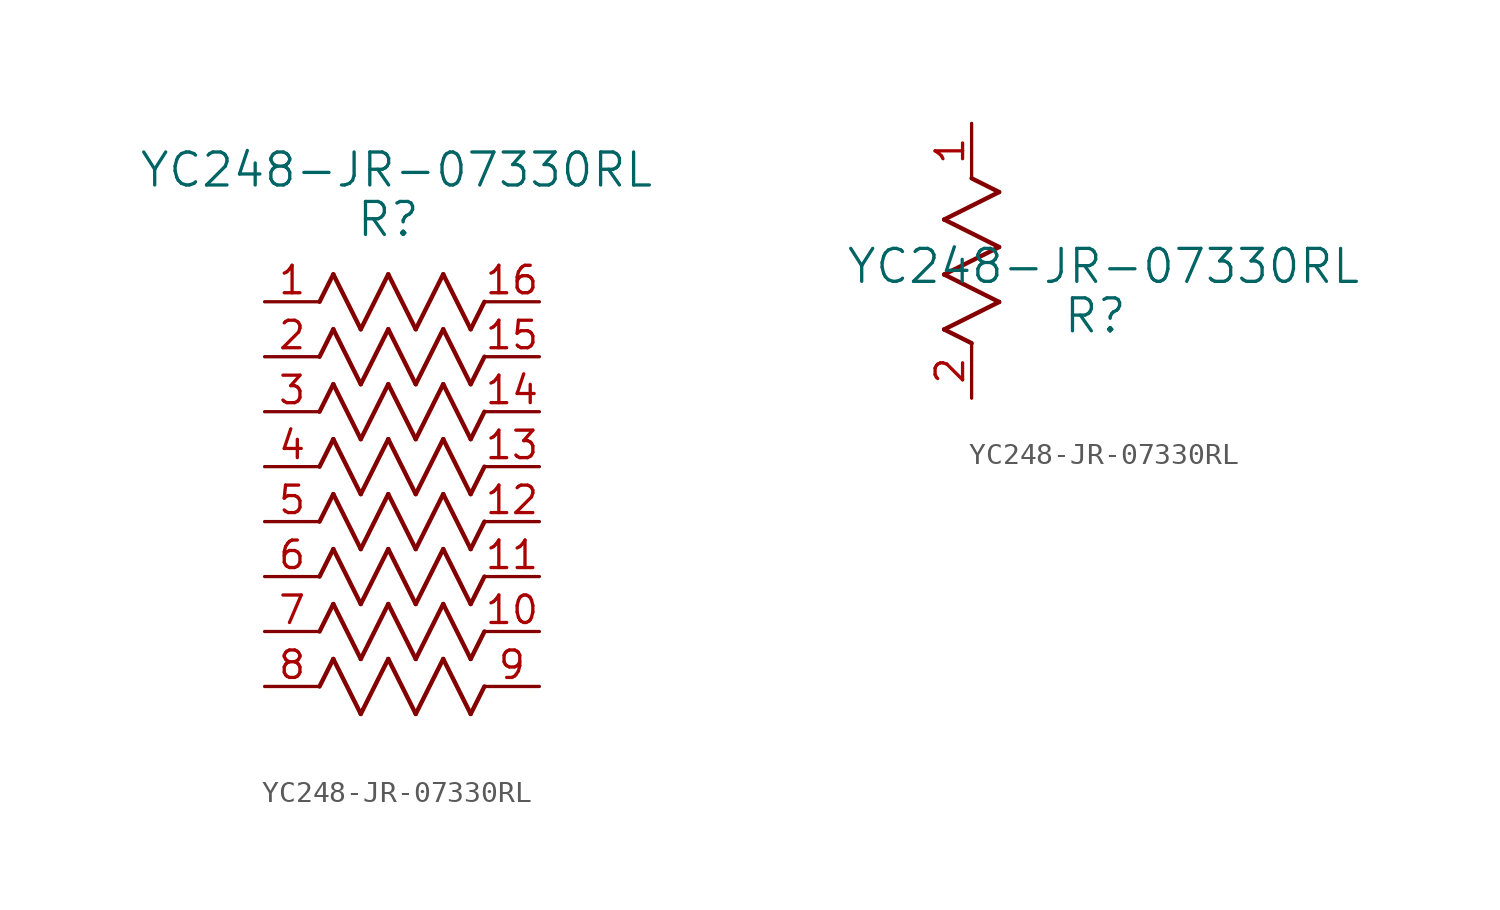
<source format=kicad_sym>
(kicad_symbol_lib
  (version 20231120)
  (generator "kicad_symbol_editor")
  (generator_version "8.0")
  (symbol "YC248-JR-07330RL"
    (pin_names
      (offset 0.254))
    (property "Reference" "R"
      (at 5.715 3.81 0)
      (effects (font (size 1.524 1.524))))
    (property "Value" "YC248-JR-07330RL"
      (at 6.096 6.096 0)
      (effects (font (size 1.524 1.524))))
    (property "ki_locked" ""
      (at 0 0 0)
      (effects (font (size 1.27 1.27))))
    (symbol "YC248-JR-07330RL_1_1"
      (polyline (pts (xy 2.54 -17.78) (xy 3.175 -16.51)) (stroke (width 0.203) (type default)) (fill (type none)))
      (polyline (pts (xy 2.54 -15.24) (xy 3.175 -13.97)) (stroke (width 0.203) (type default)) (fill (type none)))
      (polyline (pts (xy 2.54 -12.7) (xy 3.175 -11.43)) (stroke (width 0.203) (type default)) (fill (type none)))
      (polyline (pts (xy 2.54 -10.16) (xy 3.175 -8.89)) (stroke (width 0.203) (type default)) (fill (type none)))
      (polyline (pts (xy 2.54 -7.62) (xy 3.175 -6.35)) (stroke (width 0.203) (type default)) (fill (type none)))
      (polyline (pts (xy 2.54 -5.08) (xy 3.175 -3.81)) (stroke (width 0.203) (type default)) (fill (type none)))
      (polyline (pts (xy 2.54 -2.54) (xy 3.175 -1.27)) (stroke (width 0.203) (type default)) (fill (type none)))
      (polyline (pts (xy 2.54 0) (xy 3.175 1.27)) (stroke (width 0.203) (type default)) (fill (type none)))
      (polyline (pts (xy 3.175 -16.51) (xy 4.445 -19.05)) (stroke (width 0.203) (type default)) (fill (type none)))
      (polyline (pts (xy 3.175 -13.97) (xy 4.445 -16.51)) (stroke (width 0.203) (type default)) (fill (type none)))
      (polyline (pts (xy 3.175 -11.43) (xy 4.445 -13.97)) (stroke (width 0.203) (type default)) (fill (type none)))
      (polyline (pts (xy 3.175 -8.89) (xy 4.445 -11.43)) (stroke (width 0.203) (type default)) (fill (type none)))
      (polyline (pts (xy 3.175 -6.35) (xy 4.445 -8.89)) (stroke (width 0.203) (type default)) (fill (type none)))
      (polyline (pts (xy 3.175 -3.81) (xy 4.445 -6.35)) (stroke (width 0.203) (type default)) (fill (type none)))
      (polyline (pts (xy 3.175 -1.27) (xy 4.445 -3.81)) (stroke (width 0.203) (type default)) (fill (type none)))
      (polyline (pts (xy 3.175 1.27) (xy 4.445 -1.27)) (stroke (width 0.203) (type default)) (fill (type none)))
      (polyline (pts (xy 4.445 -19.05) (xy 5.715 -16.51)) (stroke (width 0.203) (type default)) (fill (type none)))
      (polyline (pts (xy 4.445 -16.51) (xy 5.715 -13.97)) (stroke (width 0.203) (type default)) (fill (type none)))
      (polyline (pts (xy 4.445 -13.97) (xy 5.715 -11.43)) (stroke (width 0.203) (type default)) (fill (type none)))
      (polyline (pts (xy 4.445 -11.43) (xy 5.715 -8.89)) (stroke (width 0.203) (type default)) (fill (type none)))
      (polyline (pts (xy 4.445 -8.89) (xy 5.715 -6.35)) (stroke (width 0.203) (type default)) (fill (type none)))
      (polyline (pts (xy 4.445 -6.35) (xy 5.715 -3.81)) (stroke (width 0.203) (type default)) (fill (type none)))
      (polyline (pts (xy 4.445 -3.81) (xy 5.715 -1.27)) (stroke (width 0.203) (type default)) (fill (type none)))
      (polyline (pts (xy 4.445 -1.27) (xy 5.715 1.27)) (stroke (width 0.203) (type default)) (fill (type none)))
      (polyline (pts (xy 5.715 -16.51) (xy 6.985 -19.05)) (stroke (width 0.203) (type default)) (fill (type none)))
      (polyline (pts (xy 5.715 -13.97) (xy 6.985 -16.51)) (stroke (width 0.203) (type default)) (fill (type none)))
      (polyline (pts (xy 5.715 -11.43) (xy 6.985 -13.97)) (stroke (width 0.203) (type default)) (fill (type none)))
      (polyline (pts (xy 5.715 -8.89) (xy 6.985 -11.43)) (stroke (width 0.203) (type default)) (fill (type none)))
      (polyline (pts (xy 5.715 -6.35) (xy 6.985 -8.89)) (stroke (width 0.203) (type default)) (fill (type none)))
      (polyline (pts (xy 5.715 -3.81) (xy 6.985 -6.35)) (stroke (width 0.203) (type default)) (fill (type none)))
      (polyline (pts (xy 5.715 -1.27) (xy 6.985 -3.81)) (stroke (width 0.203) (type default)) (fill (type none)))
      (polyline (pts (xy 5.715 1.27) (xy 6.985 -1.27)) (stroke (width 0.203) (type default)) (fill (type none)))
      (polyline (pts (xy 6.985 -19.05) (xy 8.255 -16.51)) (stroke (width 0.203) (type default)) (fill (type none)))
      (polyline (pts (xy 6.985 -16.51) (xy 8.255 -13.97)) (stroke (width 0.203) (type default)) (fill (type none)))
      (polyline (pts (xy 6.985 -13.97) (xy 8.255 -11.43)) (stroke (width 0.203) (type default)) (fill (type none)))
      (polyline (pts (xy 6.985 -11.43) (xy 8.255 -8.89)) (stroke (width 0.203) (type default)) (fill (type none)))
      (polyline (pts (xy 6.985 -8.89) (xy 8.255 -6.35)) (stroke (width 0.203) (type default)) (fill (type none)))
      (polyline (pts (xy 6.985 -6.35) (xy 8.255 -3.81)) (stroke (width 0.203) (type default)) (fill (type none)))
      (polyline (pts (xy 6.985 -3.81) (xy 8.255 -1.27)) (stroke (width 0.203) (type default)) (fill (type none)))
      (polyline (pts (xy 6.985 -1.27) (xy 8.255 1.27)) (stroke (width 0.203) (type default)) (fill (type none)))
      (polyline (pts (xy 8.255 -16.51) (xy 9.525 -19.05)) (stroke (width 0.203) (type default)) (fill (type none)))
      (polyline (pts (xy 8.255 -13.97) (xy 9.525 -16.51)) (stroke (width 0.203) (type default)) (fill (type none)))
      (polyline (pts (xy 8.255 -11.43) (xy 9.525 -13.97)) (stroke (width 0.203) (type default)) (fill (type none)))
      (polyline (pts (xy 8.255 -8.89) (xy 9.525 -11.43)) (stroke (width 0.203) (type default)) (fill (type none)))
      (polyline (pts (xy 8.255 -6.35) (xy 9.525 -8.89)) (stroke (width 0.203) (type default)) (fill (type none)))
      (polyline (pts (xy 8.255 -3.81) (xy 9.525 -6.35)) (stroke (width 0.203) (type default)) (fill (type none)))
      (polyline (pts (xy 8.255 -1.27) (xy 9.525 -3.81)) (stroke (width 0.203) (type default)) (fill (type none)))
      (polyline (pts (xy 8.255 1.27) (xy 9.525 -1.27)) (stroke (width 0.203) (type default)) (fill (type none)))
      (polyline (pts (xy 9.525 -19.05) (xy 10.16 -17.78)) (stroke (width 0.203) (type default)) (fill (type none)))
      (polyline (pts (xy 9.525 -16.51) (xy 10.16 -15.24)) (stroke (width 0.203) (type default)) (fill (type none)))
      (polyline (pts (xy 9.525 -13.97) (xy 10.16 -12.7)) (stroke (width 0.203) (type default)) (fill (type none)))
      (polyline (pts (xy 9.525 -11.43) (xy 10.16 -10.16)) (stroke (width 0.203) (type default)) (fill (type none)))
      (polyline (pts (xy 9.525 -8.89) (xy 10.16 -7.62)) (stroke (width 0.203) (type default)) (fill (type none)))
      (polyline (pts (xy 9.525 -6.35) (xy 10.16 -5.08)) (stroke (width 0.203) (type default)) (fill (type none)))
      (polyline (pts (xy 9.525 -3.81) (xy 10.16 -2.54)) (stroke (width 0.203) (type default)) (fill (type none)))
      (polyline (pts (xy 9.525 -1.27) (xy 10.16 0)) (stroke (width 0.203) (type default)) (fill (type none)))
      (pin unspecified line (at 0 0 0) (length 2.54) (name "" (effects (font (size 1.27 1.27)))) (number "1" (effects (font (size 1.27 1.27)))))
      (pin unspecified line (at 12.7 -15.24 180) (length 2.54) (name "" (effects (font (size 1.27 1.27)))) (number "10" (effects (font (size 1.27 1.27)))))
      (pin unspecified line (at 12.7 -12.7 180) (length 2.54) (name "" (effects (font (size 1.27 1.27)))) (number "11" (effects (font (size 1.27 1.27)))))
      (pin unspecified line (at 12.7 -10.16 180) (length 2.54) (name "" (effects (font (size 1.27 1.27)))) (number "12" (effects (font (size 1.27 1.27)))))
      (pin unspecified line (at 12.7 -7.62 180) (length 2.54) (name "" (effects (font (size 1.27 1.27)))) (number "13" (effects (font (size 1.27 1.27)))))
      (pin unspecified line (at 12.7 -5.08 180) (length 2.54) (name "" (effects (font (size 1.27 1.27)))) (number "14" (effects (font (size 1.27 1.27)))))
      (pin unspecified line (at 12.7 -2.54 180) (length 2.54) (name "" (effects (font (size 1.27 1.27)))) (number "15" (effects (font (size 1.27 1.27)))))
      (pin unspecified line (at 12.7 0 180) (length 2.54) (name "" (effects (font (size 1.27 1.27)))) (number "16" (effects (font (size 1.27 1.27)))))
      (pin unspecified line (at 0 -2.54 0) (length 2.54) (name "" (effects (font (size 1.27 1.27)))) (number "2" (effects (font (size 1.27 1.27)))))
      (pin unspecified line (at 0 -5.08 0) (length 2.54) (name "" (effects (font (size 1.27 1.27)))) (number "3" (effects (font (size 1.27 1.27)))))
      (pin unspecified line (at 0 -7.62 0) (length 2.54) (name "" (effects (font (size 1.27 1.27)))) (number "4" (effects (font (size 1.27 1.27)))))
      (pin unspecified line (at 0 -10.16 0) (length 2.54) (name "" (effects (font (size 1.27 1.27)))) (number "5" (effects (font (size 1.27 1.27)))))
      (pin unspecified line (at 0 -12.7 0) (length 2.54) (name "" (effects (font (size 1.27 1.27)))) (number "6" (effects (font (size 1.27 1.27)))))
      (pin unspecified line (at 0 -15.24 0) (length 2.54) (name "" (effects (font (size 1.27 1.27)))) (number "7" (effects (font (size 1.27 1.27)))))
      (pin unspecified line (at 0 -17.78 0) (length 2.54) (name "" (effects (font (size 1.27 1.27)))) (number "8" (effects (font (size 1.27 1.27)))))
      (pin unspecified line (at 12.7 -17.78 180) (length 2.54) (name "" (effects (font (size 1.27 1.27)))) (number "9" (effects (font (size 1.27 1.27))))))
    (symbol "YC248-JR-07330RL_1_2"
      (polyline (pts (xy -1.27 3.175) (xy 1.27 4.445)) (stroke (width 0.203) (type default)) (fill (type none)))
      (polyline (pts (xy -1.27 5.715) (xy 1.27 6.985)) (stroke (width 0.203) (type default)) (fill (type none)))
      (polyline (pts (xy -1.27 8.255) (xy 1.27 9.525)) (stroke (width 0.203) (type default)) (fill (type none)))
      (polyline (pts (xy 0 2.54) (xy -1.27 3.175)) (stroke (width 0.203) (type default)) (fill (type none)))
      (polyline (pts (xy 1.27 4.445) (xy -1.27 5.715)) (stroke (width 0.203) (type default)) (fill (type none)))
      (polyline (pts (xy 1.27 6.985) (xy -1.27 8.255)) (stroke (width 0.203) (type default)) (fill (type none)))
      (polyline (pts (xy 1.27 9.525) (xy 0 10.16)) (stroke (width 0.203) (type default)) (fill (type none)))
      (pin unspecified line (at 0 12.7 270) (length 2.54) (name "" (effects (font (size 1.27 1.27)))) (number "1" (effects (font (size 1.27 1.27)))))
      (pin unspecified line (at 0 0 90) (length 2.54) (name "" (effects (font (size 1.27 1.27)))) (number "2" (effects (font (size 1.27 1.27))))))))
</source>
